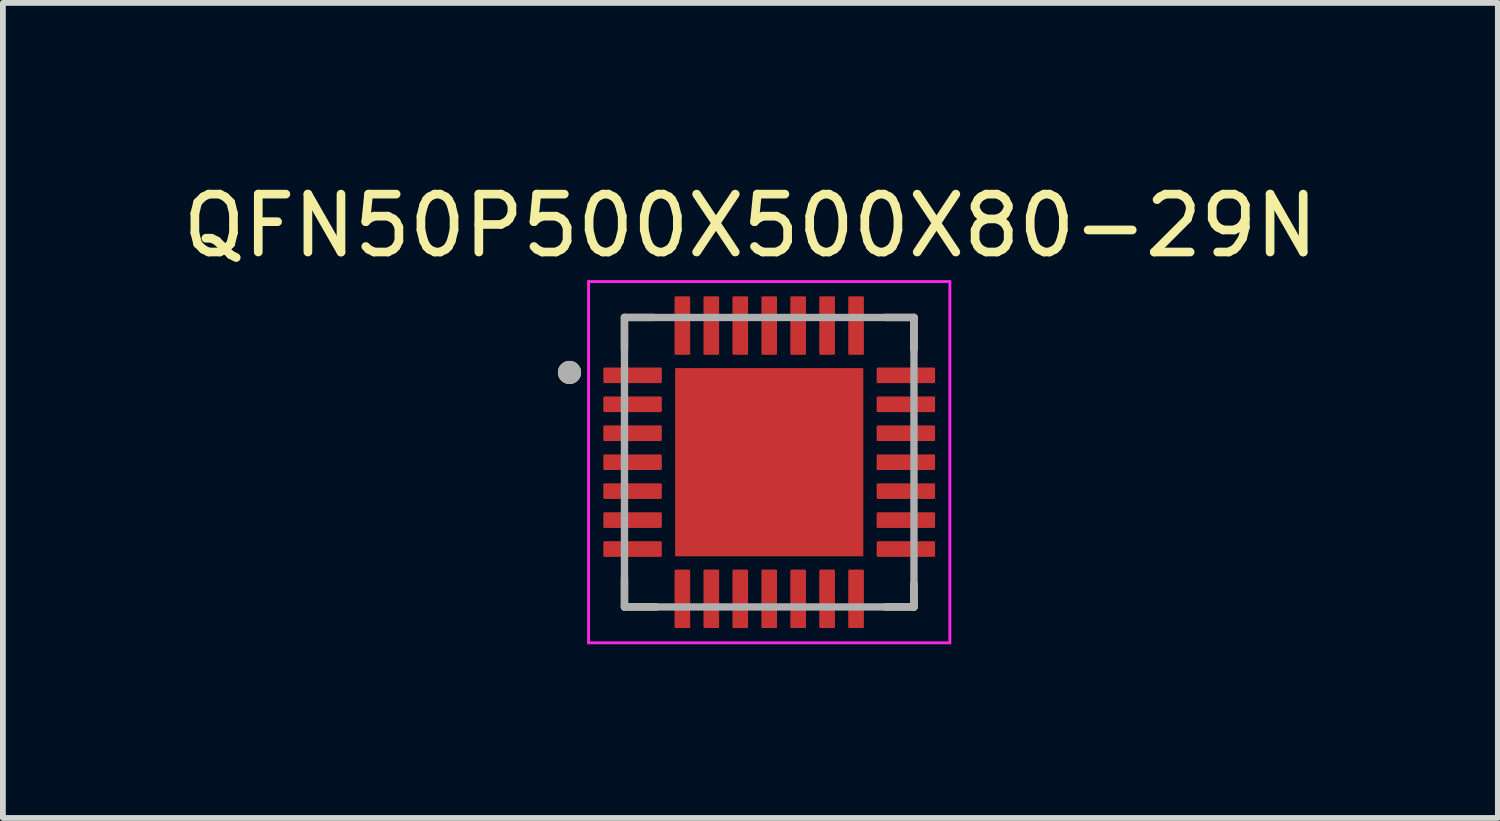
<source format=kicad_pcb>
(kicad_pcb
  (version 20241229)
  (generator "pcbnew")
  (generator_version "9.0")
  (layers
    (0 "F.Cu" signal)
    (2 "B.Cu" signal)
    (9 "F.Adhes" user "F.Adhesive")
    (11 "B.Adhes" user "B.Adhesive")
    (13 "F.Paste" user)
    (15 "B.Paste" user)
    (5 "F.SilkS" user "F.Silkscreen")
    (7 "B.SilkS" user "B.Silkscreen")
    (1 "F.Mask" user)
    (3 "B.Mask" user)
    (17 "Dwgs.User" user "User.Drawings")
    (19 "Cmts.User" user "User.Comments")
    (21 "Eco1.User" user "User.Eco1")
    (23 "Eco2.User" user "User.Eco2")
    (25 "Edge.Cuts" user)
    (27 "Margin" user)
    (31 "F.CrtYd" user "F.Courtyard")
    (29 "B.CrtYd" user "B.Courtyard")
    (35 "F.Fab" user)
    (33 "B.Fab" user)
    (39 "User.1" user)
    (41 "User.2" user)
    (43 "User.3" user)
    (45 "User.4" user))
  (footprint "QFN50P500X500X80-29N"
    (layer "F.Cu")
    (at 10.236 4.933)
    (property "Reference" "QFN50P500X500X80-29N" (at -0.325 -4.085 0) (layer "F.SilkS") (effects (font (size 1 1) (thickness 0.15))))
    (attr smd)
    (fp_line (start -2.5 -2.5) (end -2.5 -1.95) (stroke (width 0.127) (type solid)) (layer "F.SilkS"))
    (fp_line (start -2.5 2) (end -2.5 2.5) (stroke (width 0.127) (type solid)) (layer "F.SilkS"))
    (fp_line (start -2.5 2.5) (end -1.95 2.5) (stroke (width 0.127) (type solid)) (layer "F.SilkS"))
    (fp_line (start -2 -2.5) (end -2.5 -2.5) (stroke (width 0.127) (type solid)) (layer "F.SilkS"))
    (fp_line (start 2 -2.5) (end 2.5 -2.5) (stroke (width 0.127) (type solid)) (layer "F.SilkS"))
    (fp_line (start 2.5 -2.5) (end 2.5 -1.95) (stroke (width 0.127) (type solid)) (layer "F.SilkS"))
    (fp_line (start 2.5 2.1) (end 2.5 2.5) (stroke (width 0.127) (type solid)) (layer "F.SilkS"))
    (fp_line (start 2.5 2.5) (end 2 2.5) (stroke (width 0.127) (type solid)) (layer "F.SilkS"))
    (fp_circle (center -3.45 -1.55) (end -3.35 -1.55) (stroke (width 0.2) (type solid)) (fill no) (layer "F.SilkS"))
    (fp_poly (pts (xy -1.332 -1.33) (xy -0.18 -1.33) (xy -0.18 -0.18) (xy -1.332 -0.18)) (stroke (width 0.01) (type solid)) (fill yes) (layer "F.Paste"))
    (fp_poly (pts (xy -1.331 0.18) (xy -0.18 0.18) (xy -0.18 1.331) (xy -1.331 1.331)) (stroke (width 0.01) (type solid)) (fill yes) (layer "F.Paste"))
    (fp_poly (pts (xy 0.18 -1.33) (xy 1.33 -1.33) (xy 1.33 -0.18) (xy 0.18 -0.18)) (stroke (width 0.01) (type solid)) (fill yes) (layer "F.Paste"))
    (fp_poly (pts (xy 0.18 0.18) (xy 1.33 0.18) (xy 1.33 1.332) (xy 0.18 1.332)) (stroke (width 0.01) (type solid)) (fill yes) (layer "F.Paste"))
    (fp_line (start -3.12 -3.12) (end 3.12 -3.12) (stroke (width 0.05) (type solid)) (layer "F.CrtYd"))
    (fp_line (start -3.12 3.12) (end -3.12 -3.12) (stroke (width 0.05) (type solid)) (layer "F.CrtYd"))
    (fp_line (start 3.12 -3.12) (end 3.12 3.12) (stroke (width 0.05) (type solid)) (layer "F.CrtYd"))
    (fp_line (start 3.12 3.12) (end -3.12 3.12) (stroke (width 0.05) (type solid)) (layer "F.CrtYd"))
    (fp_line (start -2.5 -2.5) (end 2.5 -2.5) (stroke (width 0.127) (type solid)) (layer "F.Fab"))
    (fp_line (start -2.5 2.5) (end -2.5 -2.5) (stroke (width 0.127) (type solid)) (layer "F.Fab"))
    (fp_line (start 2.5 -2.5) (end 2.5 2.5) (stroke (width 0.127) (type solid)) (layer "F.Fab"))
    (fp_line (start 2.5 2.5) (end -2.5 2.5) (stroke (width 0.127) (type solid)) (layer "F.Fab"))
    (fp_circle (center -3.45 -1.55) (end -3.35 -1.55) (stroke (width 0.2) (type solid)) (fill no) (layer "F.Fab"))
    (pad "1" smd roundrect (at -2.36 -1.5) (size 1.01 0.27) (layers "F.Cu" "F.Mask" "F.Paste") (roundrect_rratio 0.07))
    (pad "2" smd roundrect (at -2.36 -1) (size 1.01 0.27) (layers "F.Cu" "F.Mask" "F.Paste") (roundrect_rratio 0.07))
    (pad "3" smd roundrect (at -2.36 -0.5) (size 1.01 0.27) (layers "F.Cu" "F.Mask" "F.Paste") (roundrect_rratio 0.07))
    (pad "4" smd roundrect (at -2.36 0) (size 1.01 0.27) (layers "F.Cu" "F.Mask" "F.Paste") (roundrect_rratio 0.07))
    (pad "5" smd roundrect (at -2.36 0.5) (size 1.01 0.27) (layers "F.Cu" "F.Mask" "F.Paste") (roundrect_rratio 0.07))
    (pad "6" smd roundrect (at -2.36 1) (size 1.01 0.27) (layers "F.Cu" "F.Mask" "F.Paste") (roundrect_rratio 0.07))
    (pad "7" smd roundrect (at -2.36 1.5) (size 1.01 0.27) (layers "F.Cu" "F.Mask" "F.Paste") (roundrect_rratio 0.07))
    (pad "8" smd roundrect (at -1.5 2.36 90) (size 1.01 0.27) (layers "F.Cu" "F.Mask" "F.Paste") (roundrect_rratio 0.07))
    (pad "9" smd roundrect (at -1 2.36 90) (size 1.01 0.27) (layers "F.Cu" "F.Mask" "F.Paste") (roundrect_rratio 0.07))
    (pad "10" smd roundrect (at -0.5 2.36 90) (size 1.01 0.27) (layers "F.Cu" "F.Mask" "F.Paste") (roundrect_rratio 0.07))
    (pad "11" smd roundrect (at 0 2.36 90) (size 1.01 0.27) (layers "F.Cu" "F.Mask" "F.Paste") (roundrect_rratio 0.07))
    (pad "12" smd roundrect (at 0.5 2.36 90) (size 1.01 0.27) (layers "F.Cu" "F.Mask" "F.Paste") (roundrect_rratio 0.07))
    (pad "13" smd roundrect (at 1 2.36 90) (size 1.01 0.27) (layers "F.Cu" "F.Mask" "F.Paste") (roundrect_rratio 0.07))
    (pad "14" smd roundrect (at 1.5 2.36 90) (size 1.01 0.27) (layers "F.Cu" "F.Mask" "F.Paste") (roundrect_rratio 0.07))
    (pad "15" smd roundrect (at 2.36 1.5 180) (size 1.01 0.27) (layers "F.Cu" "F.Mask" "F.Paste") (roundrect_rratio 0.07))
    (pad "16" smd roundrect (at 2.36 1 180) (size 1.01 0.27) (layers "F.Cu" "F.Mask" "F.Paste") (roundrect_rratio 0.07))
    (pad "17" smd roundrect (at 2.36 0.5 180) (size 1.01 0.27) (layers "F.Cu" "F.Mask" "F.Paste") (roundrect_rratio 0.07))
    (pad "18" smd roundrect (at 2.36 0 180) (size 1.01 0.27) (layers "F.Cu" "F.Mask" "F.Paste") (roundrect_rratio 0.07))
    (pad "19" smd roundrect (at 2.36 -0.5 180) (size 1.01 0.27) (layers "F.Cu" "F.Mask" "F.Paste") (roundrect_rratio 0.07))
    (pad "20" smd roundrect (at 2.36 -1 180) (size 1.01 0.27) (layers "F.Cu" "F.Mask" "F.Paste") (roundrect_rratio 0.07))
    (pad "21" smd roundrect (at 2.36 -1.5 180) (size 1.01 0.27) (layers "F.Cu" "F.Mask" "F.Paste") (roundrect_rratio 0.07))
    (pad "22" smd roundrect (at 1.5 -2.36 270) (size 1.01 0.27) (layers "F.Cu" "F.Mask" "F.Paste") (roundrect_rratio 0.07))
    (pad "23" smd roundrect (at 1 -2.36 270) (size 1.01 0.27) (layers "F.Cu" "F.Mask" "F.Paste") (roundrect_rratio 0.07))
    (pad "24" smd roundrect (at 0.5 -2.36 270) (size 1.01 0.27) (layers "F.Cu" "F.Mask" "F.Paste") (roundrect_rratio 0.07))
    (pad "25" smd roundrect (at 0 -2.36 270) (size 1.01 0.27) (layers "F.Cu" "F.Mask" "F.Paste") (roundrect_rratio 0.07))
    (pad "26" smd roundrect (at -0.5 -2.36 270) (size 1.01 0.27) (layers "F.Cu" "F.Mask" "F.Paste") (roundrect_rratio 0.07))
    (pad "27" smd roundrect (at -1 -2.36 270) (size 1.01 0.27) (layers "F.Cu" "F.Mask" "F.Paste") (roundrect_rratio 0.07))
    (pad "28" smd roundrect (at -1.5 -2.36 270) (size 1.01 0.27) (layers "F.Cu" "F.Mask" "F.Paste") (roundrect_rratio 0.07))
    (pad "29" smd rect (at 0 0) (size 3.25 3.25) (layers "F.Cu" "F.Mask")))
  (gr_rect
    (start -3 -3)
    (end 22.821 11.078)
    (stroke (width 0.1) (type default))
    (fill no)
    (layer "Edge.Cuts")))
</source>
